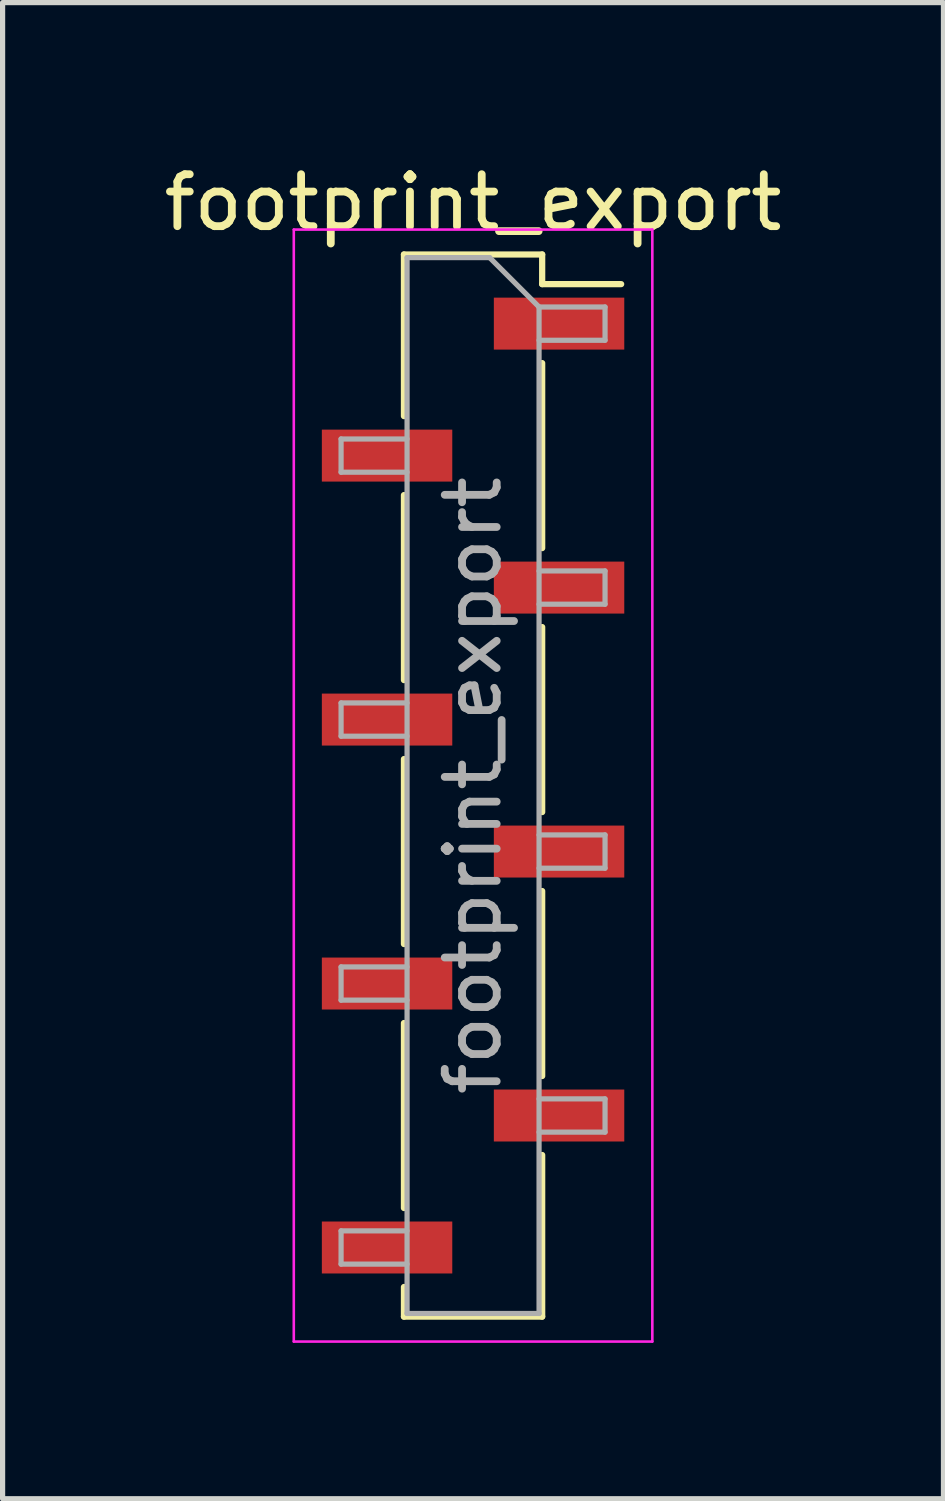
<source format=kicad_pcb>
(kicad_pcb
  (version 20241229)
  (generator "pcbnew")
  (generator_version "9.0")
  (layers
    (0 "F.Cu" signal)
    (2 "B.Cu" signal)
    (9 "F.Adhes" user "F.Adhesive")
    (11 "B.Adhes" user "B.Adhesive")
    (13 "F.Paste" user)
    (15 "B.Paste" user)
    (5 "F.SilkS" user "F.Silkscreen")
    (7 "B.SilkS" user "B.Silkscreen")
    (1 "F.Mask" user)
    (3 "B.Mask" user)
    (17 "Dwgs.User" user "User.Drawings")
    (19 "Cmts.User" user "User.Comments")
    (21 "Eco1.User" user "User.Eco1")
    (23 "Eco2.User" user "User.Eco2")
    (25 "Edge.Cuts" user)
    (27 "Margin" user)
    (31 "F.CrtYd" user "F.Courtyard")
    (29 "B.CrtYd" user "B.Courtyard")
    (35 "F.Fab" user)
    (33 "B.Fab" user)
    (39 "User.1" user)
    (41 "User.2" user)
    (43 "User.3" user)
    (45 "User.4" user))
  (footprint "footprint_export"
    (layer "F.Cu")
    (at 6.054 12.068)
    (property "Reference" "footprint_export" (at 0 -11.22 0) (layer "F.SilkS") (effects (font (size 1 1) (thickness 0.15))))
    (attr smd)
    (fp_line (start -1.33 -10.22) (end -1.33 -7.11) (stroke (width 0.12) (type solid)) (layer "F.SilkS"))
    (fp_line (start -1.33 -10.22) (end 1.33 -10.22) (stroke (width 0.12) (type solid)) (layer "F.SilkS"))
    (fp_line (start -1.33 -5.59) (end -1.33 -2.03) (stroke (width 0.12) (type solid)) (layer "F.SilkS"))
    (fp_line (start -1.33 -0.51) (end -1.33 3.05) (stroke (width 0.12) (type solid)) (layer "F.SilkS"))
    (fp_line (start -1.33 4.57) (end -1.33 8.13) (stroke (width 0.12) (type solid)) (layer "F.SilkS"))
    (fp_line (start -1.33 9.65) (end -1.33 10.22) (stroke (width 0.12) (type solid)) (layer "F.SilkS"))
    (fp_line (start -1.33 10.22) (end 1.33 10.22) (stroke (width 0.12) (type solid)) (layer "F.SilkS"))
    (fp_line (start 1.33 -10.22) (end 1.33 -9.65) (stroke (width 0.12) (type solid)) (layer "F.SilkS"))
    (fp_line (start 1.33 -9.65) (end 2.85 -9.65) (stroke (width 0.12) (type solid)) (layer "F.SilkS"))
    (fp_line (start 1.33 -8.13) (end 1.33 -4.57) (stroke (width 0.12) (type solid)) (layer "F.SilkS"))
    (fp_line (start 1.33 -3.05) (end 1.33 0.51) (stroke (width 0.12) (type solid)) (layer "F.SilkS"))
    (fp_line (start 1.33 2.03) (end 1.33 5.59) (stroke (width 0.12) (type solid)) (layer "F.SilkS"))
    (fp_line (start 1.33 7.11) (end 1.33 10.22) (stroke (width 0.12) (type solid)) (layer "F.SilkS"))
    (fp_line (start -3.45 -10.7) (end -3.45 10.7) (stroke (width 0.05) (type solid)) (layer "F.CrtYd"))
    (fp_line (start -3.45 10.7) (end 3.45 10.7) (stroke (width 0.05) (type solid)) (layer "F.CrtYd"))
    (fp_line (start 3.45 -10.7) (end -3.45 -10.7) (stroke (width 0.05) (type solid)) (layer "F.CrtYd"))
    (fp_line (start 3.45 10.7) (end 3.45 -10.7) (stroke (width 0.05) (type solid)) (layer "F.CrtYd"))
    (fp_line (start -2.54 -6.67) (end -2.54 -6.03) (stroke (width 0.1) (type solid)) (layer "F.Fab"))
    (fp_line (start -2.54 -6.03) (end -1.27 -6.03) (stroke (width 0.1) (type solid)) (layer "F.Fab"))
    (fp_line (start -2.54 -1.59) (end -2.54 -0.95) (stroke (width 0.1) (type solid)) (layer "F.Fab"))
    (fp_line (start -2.54 -0.95) (end -1.27 -0.95) (stroke (width 0.1) (type solid)) (layer "F.Fab"))
    (fp_line (start -2.54 3.49) (end -2.54 4.13) (stroke (width 0.1) (type solid)) (layer "F.Fab"))
    (fp_line (start -2.54 4.13) (end -1.27 4.13) (stroke (width 0.1) (type solid)) (layer "F.Fab"))
    (fp_line (start -2.54 8.57) (end -2.54 9.21) (stroke (width 0.1) (type solid)) (layer "F.Fab"))
    (fp_line (start -2.54 9.21) (end -1.27 9.21) (stroke (width 0.1) (type solid)) (layer "F.Fab"))
    (fp_line (start -1.27 -10.16) (end -1.27 10.16) (stroke (width 0.1) (type solid)) (layer "F.Fab"))
    (fp_line (start -1.27 -10.16) (end 0.32 -10.16) (stroke (width 0.1) (type solid)) (layer "F.Fab"))
    (fp_line (start -1.27 -6.67) (end -2.54 -6.67) (stroke (width 0.1) (type solid)) (layer "F.Fab"))
    (fp_line (start -1.27 -1.59) (end -2.54 -1.59) (stroke (width 0.1) (type solid)) (layer "F.Fab"))
    (fp_line (start -1.27 3.49) (end -2.54 3.49) (stroke (width 0.1) (type solid)) (layer "F.Fab"))
    (fp_line (start -1.27 8.57) (end -2.54 8.57) (stroke (width 0.1) (type solid)) (layer "F.Fab"))
    (fp_line (start 1.27 -9.21) (end 0.32 -10.16) (stroke (width 0.1) (type solid)) (layer "F.Fab"))
    (fp_line (start 1.27 -9.21) (end 2.54 -9.21) (stroke (width 0.1) (type solid)) (layer "F.Fab"))
    (fp_line (start 1.27 -4.13) (end 2.54 -4.13) (stroke (width 0.1) (type solid)) (layer "F.Fab"))
    (fp_line (start 1.27 0.95) (end 2.54 0.95) (stroke (width 0.1) (type solid)) (layer "F.Fab"))
    (fp_line (start 1.27 6.03) (end 2.54 6.03) (stroke (width 0.1) (type solid)) (layer "F.Fab"))
    (fp_line (start 1.27 10.16) (end -1.27 10.16) (stroke (width 0.1) (type solid)) (layer "F.Fab"))
    (fp_line (start 1.27 10.16) (end 1.27 -9.21) (stroke (width 0.1) (type solid)) (layer "F.Fab"))
    (fp_line (start 2.54 -9.21) (end 2.54 -8.57) (stroke (width 0.1) (type solid)) (layer "F.Fab"))
    (fp_line (start 2.54 -8.57) (end 1.27 -8.57) (stroke (width 0.1) (type solid)) (layer "F.Fab"))
    (fp_line (start 2.54 -4.13) (end 2.54 -3.49) (stroke (width 0.1) (type solid)) (layer "F.Fab"))
    (fp_line (start 2.54 -3.49) (end 1.27 -3.49) (stroke (width 0.1) (type solid)) (layer "F.Fab"))
    (fp_line (start 2.54 0.95) (end 2.54 1.59) (stroke (width 0.1) (type solid)) (layer "F.Fab"))
    (fp_line (start 2.54 1.59) (end 1.27 1.59) (stroke (width 0.1) (type solid)) (layer "F.Fab"))
    (fp_line (start 2.54 6.03) (end 2.54 6.67) (stroke (width 0.1) (type solid)) (layer "F.Fab"))
    (fp_line (start 2.54 6.67) (end 1.27 6.67) (stroke (width 0.1) (type solid)) (layer "F.Fab"))
    (fp_text user "${REFERENCE}" (at 0 0 90) (layer "F.Fab") (effects (font (size 1 1) (thickness 0.15))))
    (pad "1" smd rect (at 1.655 -8.89) (size 2.51 1) (layers "F.Cu" "F.Mask" "F.Paste"))
    (pad "2" smd rect (at -1.655 -6.35) (size 2.51 1) (layers "F.Cu" "F.Mask" "F.Paste"))
    (pad "3" smd rect (at 1.655 -3.81) (size 2.51 1) (layers "F.Cu" "F.Mask" "F.Paste"))
    (pad "4" smd rect (at -1.655 -1.27) (size 2.51 1) (layers "F.Cu" "F.Mask" "F.Paste"))
    (pad "5" smd rect (at 1.655 1.27) (size 2.51 1) (layers "F.Cu" "F.Mask" "F.Paste"))
    (pad "6" smd rect (at -1.655 3.81) (size 2.51 1) (layers "F.Cu" "F.Mask" "F.Paste"))
    (pad "7" smd rect (at 1.655 6.35) (size 2.51 1) (layers "F.Cu" "F.Mask" "F.Paste"))
    (pad "8" smd rect (at -1.655 8.89) (size 2.51 1) (layers "F.Cu" "F.Mask" "F.Paste")))
  (gr_rect
    (start -3 -3)
    (end 15.107 25.793)
    (stroke (width 0.1) (type default))
    (fill no)
    (layer "Edge.Cuts")))
</source>
